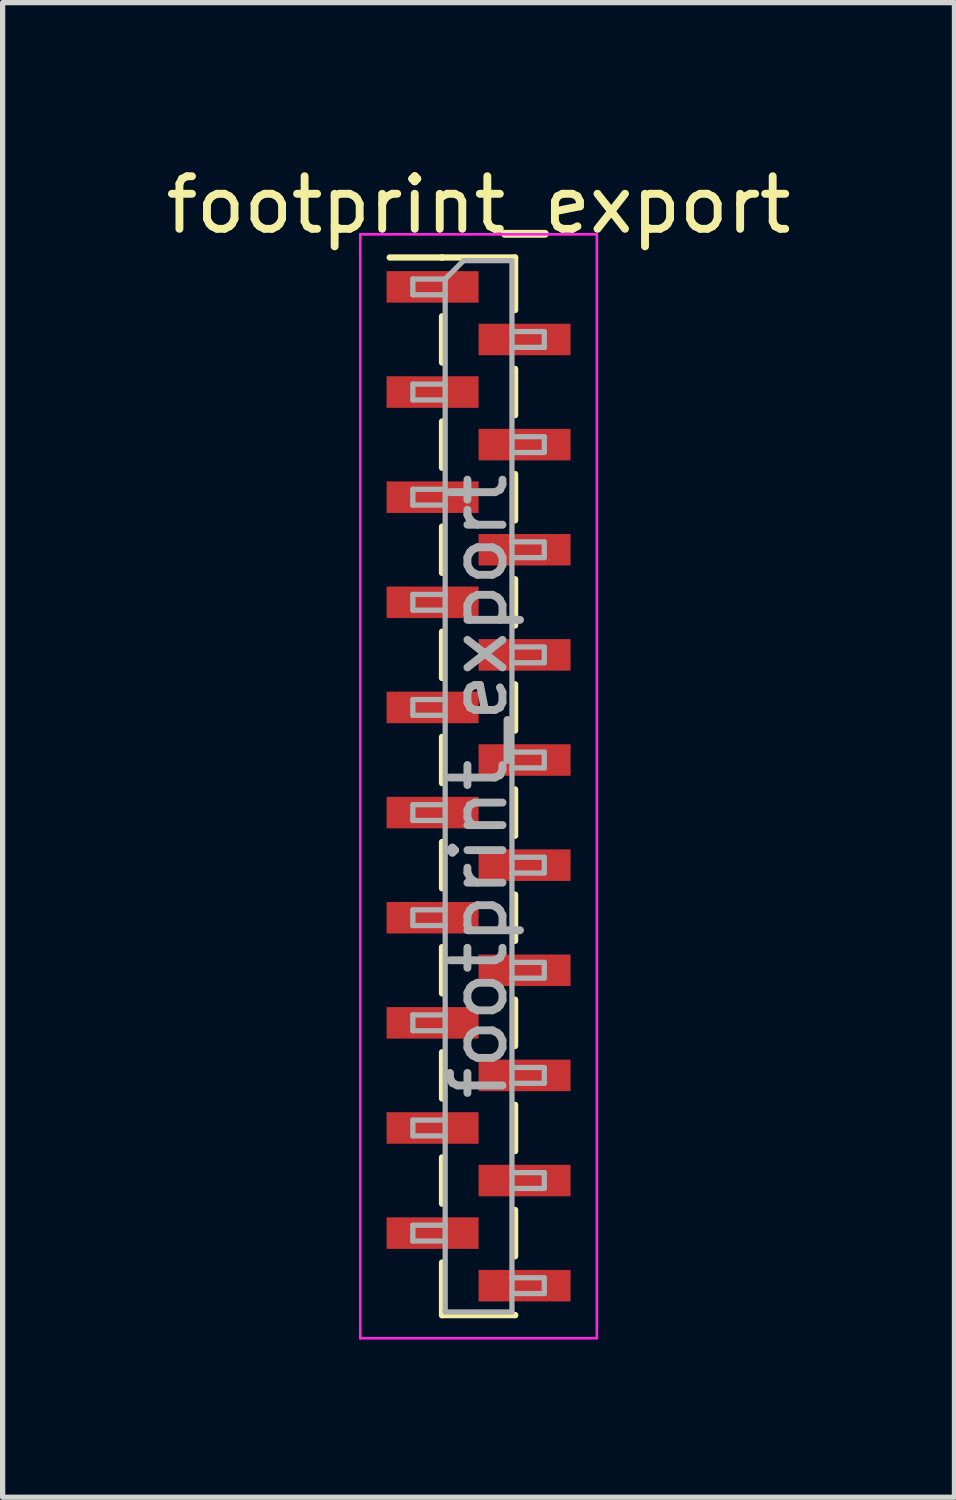
<source format=kicad_pcb>
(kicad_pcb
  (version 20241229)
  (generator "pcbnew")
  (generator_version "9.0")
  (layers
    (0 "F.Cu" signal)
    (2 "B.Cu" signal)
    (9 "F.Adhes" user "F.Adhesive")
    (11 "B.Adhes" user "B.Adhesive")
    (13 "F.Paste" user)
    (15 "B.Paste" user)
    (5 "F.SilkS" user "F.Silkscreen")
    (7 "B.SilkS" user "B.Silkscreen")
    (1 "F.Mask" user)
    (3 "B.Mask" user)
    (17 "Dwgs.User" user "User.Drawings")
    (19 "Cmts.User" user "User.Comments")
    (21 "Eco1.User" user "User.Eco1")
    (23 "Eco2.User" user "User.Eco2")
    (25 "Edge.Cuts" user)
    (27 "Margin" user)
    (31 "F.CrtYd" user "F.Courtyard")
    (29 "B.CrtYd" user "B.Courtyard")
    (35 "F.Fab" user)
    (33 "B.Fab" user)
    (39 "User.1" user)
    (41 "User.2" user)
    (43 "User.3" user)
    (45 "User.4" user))
  (footprint "footprint_export"
    (layer "F.Cu")
    (at 6.054 11.908)
    (property "Reference" "footprint_export" (at 0 -11.06 0) (layer "F.SilkS") (effects (font (size 1 1) (thickness 0.15))))
    (attr smd)
    (fp_line (start -0.695 -10.06) (end -1.69 -10.06) (stroke (width 0.12) (type solid)) (layer "F.SilkS"))
    (fp_line (start -0.695 -10.06) (end -0.695 -10.06) (stroke (width 0.12) (type solid)) (layer "F.SilkS"))
    (fp_line (start -0.695 -10.06) (end 0.695 -10.06) (stroke (width 0.12) (type solid)) (layer "F.SilkS"))
    (fp_line (start -0.695 -8.94) (end -0.695 -8.06) (stroke (width 0.12) (type solid)) (layer "F.SilkS"))
    (fp_line (start -0.695 -6.94) (end -0.695 -6.06) (stroke (width 0.12) (type solid)) (layer "F.SilkS"))
    (fp_line (start -0.695 -4.94) (end -0.695 -4.06) (stroke (width 0.12) (type solid)) (layer "F.SilkS"))
    (fp_line (start -0.695 -2.94) (end -0.695 -2.06) (stroke (width 0.12) (type solid)) (layer "F.SilkS"))
    (fp_line (start -0.695 -0.94) (end -0.695 -0.06) (stroke (width 0.12) (type solid)) (layer "F.SilkS"))
    (fp_line (start -0.695 1.06) (end -0.695 1.94) (stroke (width 0.12) (type solid)) (layer "F.SilkS"))
    (fp_line (start -0.695 3.06) (end -0.695 3.94) (stroke (width 0.12) (type solid)) (layer "F.SilkS"))
    (fp_line (start -0.695 5.06) (end -0.695 5.94) (stroke (width 0.12) (type solid)) (layer "F.SilkS"))
    (fp_line (start -0.695 7.06) (end -0.695 7.94) (stroke (width 0.12) (type solid)) (layer "F.SilkS"))
    (fp_line (start -0.695 9.06) (end -0.695 10.06) (stroke (width 0.12) (type solid)) (layer "F.SilkS"))
    (fp_line (start -0.695 10.06) (end 0.695 10.06) (stroke (width 0.12) (type solid)) (layer "F.SilkS"))
    (fp_line (start 0.695 -10.06) (end 0.695 -9.06) (stroke (width 0.12) (type solid)) (layer "F.SilkS"))
    (fp_line (start 0.695 -7.94) (end 0.695 -7.06) (stroke (width 0.12) (type solid)) (layer "F.SilkS"))
    (fp_line (start 0.695 -5.94) (end 0.695 -5.06) (stroke (width 0.12) (type solid)) (layer "F.SilkS"))
    (fp_line (start 0.695 -3.94) (end 0.695 -3.06) (stroke (width 0.12) (type solid)) (layer "F.SilkS"))
    (fp_line (start 0.695 -1.94) (end 0.695 -1.06) (stroke (width 0.12) (type solid)) (layer "F.SilkS"))
    (fp_line (start 0.695 0.06) (end 0.695 0.94) (stroke (width 0.12) (type solid)) (layer "F.SilkS"))
    (fp_line (start 0.695 2.06) (end 0.695 2.94) (stroke (width 0.12) (type solid)) (layer "F.SilkS"))
    (fp_line (start 0.695 4.06) (end 0.695 4.94) (stroke (width 0.12) (type solid)) (layer "F.SilkS"))
    (fp_line (start 0.695 6.06) (end 0.695 6.94) (stroke (width 0.12) (type solid)) (layer "F.SilkS"))
    (fp_line (start 0.695 8.06) (end 0.695 8.94) (stroke (width 0.12) (type solid)) (layer "F.SilkS"))
    (fp_line (start 0.695 10.06) (end 0.695 10.06) (stroke (width 0.12) (type solid)) (layer "F.SilkS"))
    (fp_line (start -2.25 -10.5) (end -2.25 10.5) (stroke (width 0.05) (type solid)) (layer "F.CrtYd"))
    (fp_line (start -2.25 10.5) (end 2.25 10.5) (stroke (width 0.05) (type solid)) (layer "F.CrtYd"))
    (fp_line (start 2.25 -10.5) (end -2.25 -10.5) (stroke (width 0.05) (type solid)) (layer "F.CrtYd"))
    (fp_line (start 2.25 10.5) (end 2.25 -10.5) (stroke (width 0.05) (type solid)) (layer "F.CrtYd"))
    (fp_line (start -1.25 -9.65) (end -1.25 -9.35) (stroke (width 0.1) (type solid)) (layer "F.Fab"))
    (fp_line (start -1.25 -9.35) (end -0.635 -9.35) (stroke (width 0.1) (type solid)) (layer "F.Fab"))
    (fp_line (start -1.25 -7.65) (end -1.25 -7.35) (stroke (width 0.1) (type solid)) (layer "F.Fab"))
    (fp_line (start -1.25 -7.35) (end -0.635 -7.35) (stroke (width 0.1) (type solid)) (layer "F.Fab"))
    (fp_line (start -1.25 -5.65) (end -1.25 -5.35) (stroke (width 0.1) (type solid)) (layer "F.Fab"))
    (fp_line (start -1.25 -5.35) (end -0.635 -5.35) (stroke (width 0.1) (type solid)) (layer "F.Fab"))
    (fp_line (start -1.25 -3.65) (end -1.25 -3.35) (stroke (width 0.1) (type solid)) (layer "F.Fab"))
    (fp_line (start -1.25 -3.35) (end -0.635 -3.35) (stroke (width 0.1) (type solid)) (layer "F.Fab"))
    (fp_line (start -1.25 -1.65) (end -1.25 -1.35) (stroke (width 0.1) (type solid)) (layer "F.Fab"))
    (fp_line (start -1.25 -1.35) (end -0.635 -1.35) (stroke (width 0.1) (type solid)) (layer "F.Fab"))
    (fp_line (start -1.25 0.35) (end -1.25 0.65) (stroke (width 0.1) (type solid)) (layer "F.Fab"))
    (fp_line (start -1.25 0.65) (end -0.635 0.65) (stroke (width 0.1) (type solid)) (layer "F.Fab"))
    (fp_line (start -1.25 2.35) (end -1.25 2.65) (stroke (width 0.1) (type solid)) (layer "F.Fab"))
    (fp_line (start -1.25 2.65) (end -0.635 2.65) (stroke (width 0.1) (type solid)) (layer "F.Fab"))
    (fp_line (start -1.25 4.35) (end -1.25 4.65) (stroke (width 0.1) (type solid)) (layer "F.Fab"))
    (fp_line (start -1.25 4.65) (end -0.635 4.65) (stroke (width 0.1) (type solid)) (layer "F.Fab"))
    (fp_line (start -1.25 6.35) (end -1.25 6.65) (stroke (width 0.1) (type solid)) (layer "F.Fab"))
    (fp_line (start -1.25 6.65) (end -0.635 6.65) (stroke (width 0.1) (type solid)) (layer "F.Fab"))
    (fp_line (start -1.25 8.35) (end -1.25 8.65) (stroke (width 0.1) (type solid)) (layer "F.Fab"))
    (fp_line (start -1.25 8.65) (end -0.635 8.65) (stroke (width 0.1) (type solid)) (layer "F.Fab"))
    (fp_line (start -0.635 -9.65) (end -1.25 -9.65) (stroke (width 0.1) (type solid)) (layer "F.Fab"))
    (fp_line (start -0.635 -9.65) (end -0.285 -10) (stroke (width 0.1) (type solid)) (layer "F.Fab"))
    (fp_line (start -0.635 -7.65) (end -1.25 -7.65) (stroke (width 0.1) (type solid)) (layer "F.Fab"))
    (fp_line (start -0.635 -5.65) (end -1.25 -5.65) (stroke (width 0.1) (type solid)) (layer "F.Fab"))
    (fp_line (start -0.635 -3.65) (end -1.25 -3.65) (stroke (width 0.1) (type solid)) (layer "F.Fab"))
    (fp_line (start -0.635 -1.65) (end -1.25 -1.65) (stroke (width 0.1) (type solid)) (layer "F.Fab"))
    (fp_line (start -0.635 0.35) (end -1.25 0.35) (stroke (width 0.1) (type solid)) (layer "F.Fab"))
    (fp_line (start -0.635 2.35) (end -1.25 2.35) (stroke (width 0.1) (type solid)) (layer "F.Fab"))
    (fp_line (start -0.635 4.35) (end -1.25 4.35) (stroke (width 0.1) (type solid)) (layer "F.Fab"))
    (fp_line (start -0.635 6.35) (end -1.25 6.35) (stroke (width 0.1) (type solid)) (layer "F.Fab"))
    (fp_line (start -0.635 8.35) (end -1.25 8.35) (stroke (width 0.1) (type solid)) (layer "F.Fab"))
    (fp_line (start -0.635 10) (end -0.635 -9.65) (stroke (width 0.1) (type solid)) (layer "F.Fab"))
    (fp_line (start -0.285 -10) (end 0.635 -10) (stroke (width 0.1) (type solid)) (layer "F.Fab"))
    (fp_line (start 0.635 -10) (end 0.635 10) (stroke (width 0.1) (type solid)) (layer "F.Fab"))
    (fp_line (start 0.635 -8.65) (end 1.25 -8.65) (stroke (width 0.1) (type solid)) (layer "F.Fab"))
    (fp_line (start 0.635 -6.65) (end 1.25 -6.65) (stroke (width 0.1) (type solid)) (layer "F.Fab"))
    (fp_line (start 0.635 -4.65) (end 1.25 -4.65) (stroke (width 0.1) (type solid)) (layer "F.Fab"))
    (fp_line (start 0.635 -2.65) (end 1.25 -2.65) (stroke (width 0.1) (type solid)) (layer "F.Fab"))
    (fp_line (start 0.635 -0.65) (end 1.25 -0.65) (stroke (width 0.1) (type solid)) (layer "F.Fab"))
    (fp_line (start 0.635 1.35) (end 1.25 1.35) (stroke (width 0.1) (type solid)) (layer "F.Fab"))
    (fp_line (start 0.635 3.35) (end 1.25 3.35) (stroke (width 0.1) (type solid)) (layer "F.Fab"))
    (fp_line (start 0.635 5.35) (end 1.25 5.35) (stroke (width 0.1) (type solid)) (layer "F.Fab"))
    (fp_line (start 0.635 7.35) (end 1.25 7.35) (stroke (width 0.1) (type solid)) (layer "F.Fab"))
    (fp_line (start 0.635 9.35) (end 1.25 9.35) (stroke (width 0.1) (type solid)) (layer "F.Fab"))
    (fp_line (start 0.635 10) (end -0.635 10) (stroke (width 0.1) (type solid)) (layer "F.Fab"))
    (fp_line (start 1.25 -8.65) (end 1.25 -8.35) (stroke (width 0.1) (type solid)) (layer "F.Fab"))
    (fp_line (start 1.25 -8.35) (end 0.635 -8.35) (stroke (width 0.1) (type solid)) (layer "F.Fab"))
    (fp_line (start 1.25 -6.65) (end 1.25 -6.35) (stroke (width 0.1) (type solid)) (layer "F.Fab"))
    (fp_line (start 1.25 -6.35) (end 0.635 -6.35) (stroke (width 0.1) (type solid)) (layer "F.Fab"))
    (fp_line (start 1.25 -4.65) (end 1.25 -4.35) (stroke (width 0.1) (type solid)) (layer "F.Fab"))
    (fp_line (start 1.25 -4.35) (end 0.635 -4.35) (stroke (width 0.1) (type solid)) (layer "F.Fab"))
    (fp_line (start 1.25 -2.65) (end 1.25 -2.35) (stroke (width 0.1) (type solid)) (layer "F.Fab"))
    (fp_line (start 1.25 -2.35) (end 0.635 -2.35) (stroke (width 0.1) (type solid)) (layer "F.Fab"))
    (fp_line (start 1.25 -0.65) (end 1.25 -0.35) (stroke (width 0.1) (type solid)) (layer "F.Fab"))
    (fp_line (start 1.25 -0.35) (end 0.635 -0.35) (stroke (width 0.1) (type solid)) (layer "F.Fab"))
    (fp_line (start 1.25 1.35) (end 1.25 1.65) (stroke (width 0.1) (type solid)) (layer "F.Fab"))
    (fp_line (start 1.25 1.65) (end 0.635 1.65) (stroke (width 0.1) (type solid)) (layer "F.Fab"))
    (fp_line (start 1.25 3.35) (end 1.25 3.65) (stroke (width 0.1) (type solid)) (layer "F.Fab"))
    (fp_line (start 1.25 3.65) (end 0.635 3.65) (stroke (width 0.1) (type solid)) (layer "F.Fab"))
    (fp_line (start 1.25 5.35) (end 1.25 5.65) (stroke (width 0.1) (type solid)) (layer "F.Fab"))
    (fp_line (start 1.25 5.65) (end 0.635 5.65) (stroke (width 0.1) (type solid)) (layer "F.Fab"))
    (fp_line (start 1.25 7.35) (end 1.25 7.65) (stroke (width 0.1) (type solid)) (layer "F.Fab"))
    (fp_line (start 1.25 7.65) (end 0.635 7.65) (stroke (width 0.1) (type solid)) (layer "F.Fab"))
    (fp_line (start 1.25 9.35) (end 1.25 9.65) (stroke (width 0.1) (type solid)) (layer "F.Fab"))
    (fp_line (start 1.25 9.65) (end 0.635 9.65) (stroke (width 0.1) (type solid)) (layer "F.Fab"))
    (fp_text user "${REFERENCE}" (at 0 0 90) (layer "F.Fab") (effects (font (size 1 1) (thickness 0.15))))
    (pad "1" smd rect (at -0.875 -9.5) (size 1.75 0.6) (layers "F.Cu" "F.Mask" "F.Paste"))
    (pad "2" smd rect (at 0.875 -8.5) (size 1.75 0.6) (layers "F.Cu" "F.Mask" "F.Paste"))
    (pad "3" smd rect (at -0.875 -7.5) (size 1.75 0.6) (layers "F.Cu" "F.Mask" "F.Paste"))
    (pad "4" smd rect (at 0.875 -6.5) (size 1.75 0.6) (layers "F.Cu" "F.Mask" "F.Paste"))
    (pad "5" smd rect (at -0.875 -5.5) (size 1.75 0.6) (layers "F.Cu" "F.Mask" "F.Paste"))
    (pad "6" smd rect (at 0.875 -4.5) (size 1.75 0.6) (layers "F.Cu" "F.Mask" "F.Paste"))
    (pad "7" smd rect (at -0.875 -3.5) (size 1.75 0.6) (layers "F.Cu" "F.Mask" "F.Paste"))
    (pad "8" smd rect (at 0.875 -2.5) (size 1.75 0.6) (layers "F.Cu" "F.Mask" "F.Paste"))
    (pad "9" smd rect (at -0.875 -1.5) (size 1.75 0.6) (layers "F.Cu" "F.Mask" "F.Paste"))
    (pad "10" smd rect (at 0.875 -0.5) (size 1.75 0.6) (layers "F.Cu" "F.Mask" "F.Paste"))
    (pad "11" smd rect (at -0.875 0.5) (size 1.75 0.6) (layers "F.Cu" "F.Mask" "F.Paste"))
    (pad "12" smd rect (at 0.875 1.5) (size 1.75 0.6) (layers "F.Cu" "F.Mask" "F.Paste"))
    (pad "13" smd rect (at -0.875 2.5) (size 1.75 0.6) (layers "F.Cu" "F.Mask" "F.Paste"))
    (pad "14" smd rect (at 0.875 3.5) (size 1.75 0.6) (layers "F.Cu" "F.Mask" "F.Paste"))
    (pad "15" smd rect (at -0.875 4.5) (size 1.75 0.6) (layers "F.Cu" "F.Mask" "F.Paste"))
    (pad "16" smd rect (at 0.875 5.5) (size 1.75 0.6) (layers "F.Cu" "F.Mask" "F.Paste"))
    (pad "17" smd rect (at -0.875 6.5) (size 1.75 0.6) (layers "F.Cu" "F.Mask" "F.Paste"))
    (pad "18" smd rect (at 0.875 7.5) (size 1.75 0.6) (layers "F.Cu" "F.Mask" "F.Paste"))
    (pad "19" smd rect (at -0.875 8.5) (size 1.75 0.6) (layers "F.Cu" "F.Mask" "F.Paste"))
    (pad "20" smd rect (at 0.875 9.5) (size 1.75 0.6) (layers "F.Cu" "F.Mask" "F.Paste")))
  (gr_rect
    (start -3 -3)
    (end 15.107 25.433)
    (stroke (width 0.1) (type default))
    (fill no)
    (layer "Edge.Cuts")))
</source>
